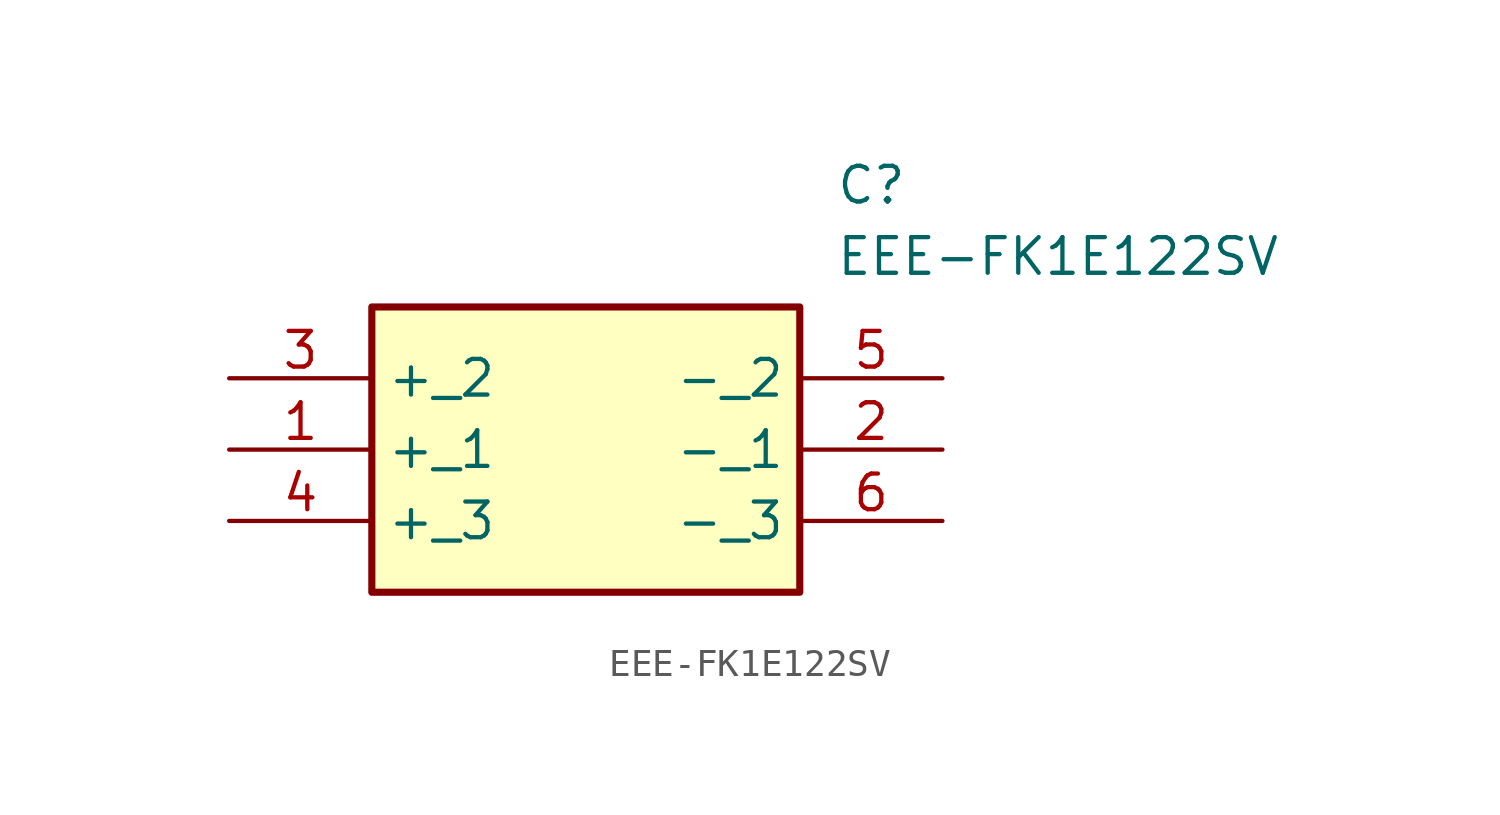
<source format=kicad_sym>
(kicad_symbol_lib
  (version 20211014)
  (generator SamacSys_ECAD_Model)
  (symbol "EEE-FK1E122SV"
    (property "Reference" "C"
      (at 21.59 7.62 0)
      (effects (font (size 1.27 1.27)) (justify left top)))
    (property "Value" "EEE-FK1E122SV"
      (at 21.59 5.08 0)
      (effects (font (size 1.27 1.27)) (justify left top)))
    (rectangle
      (start 5.08 2.54)
      (end 20.32 -7.62)
      (stroke (width 0.254) (type default))
      (fill (type background)))
    (pin passive line
      (at 0 -2.54 0)
      (length 5.08)
      (name "+_1" (effects (font (size 1.27 1.27))))
      (number "1" (effects (font (size 1.27 1.27)))))
    (pin passive line
      (at 25.4 -2.54 180)
      (length 5.08)
      (name "-_1" (effects (font (size 1.27 1.27))))
      (number "2" (effects (font (size 1.27 1.27)))))
    (pin passive line
      (at 0 0 0)
      (length 5.08)
      (name "+_2" (effects (font (size 1.27 1.27))))
      (number "3" (effects (font (size 1.27 1.27)))))
    (pin passive line
      (at 0 -5.08 0)
      (length 5.08)
      (name "+_3" (effects (font (size 1.27 1.27))))
      (number "4" (effects (font (size 1.27 1.27)))))
    (pin passive line
      (at 25.4 0 180)
      (length 5.08)
      (name "-_2" (effects (font (size 1.27 1.27))))
      (number "5" (effects (font (size 1.27 1.27)))))
    (pin passive line
      (at 25.4 -5.08 180)
      (length 5.08)
      (name "-_3" (effects (font (size 1.27 1.27))))
      (number "6" (effects (font (size 1.27 1.27)))))))
</source>
